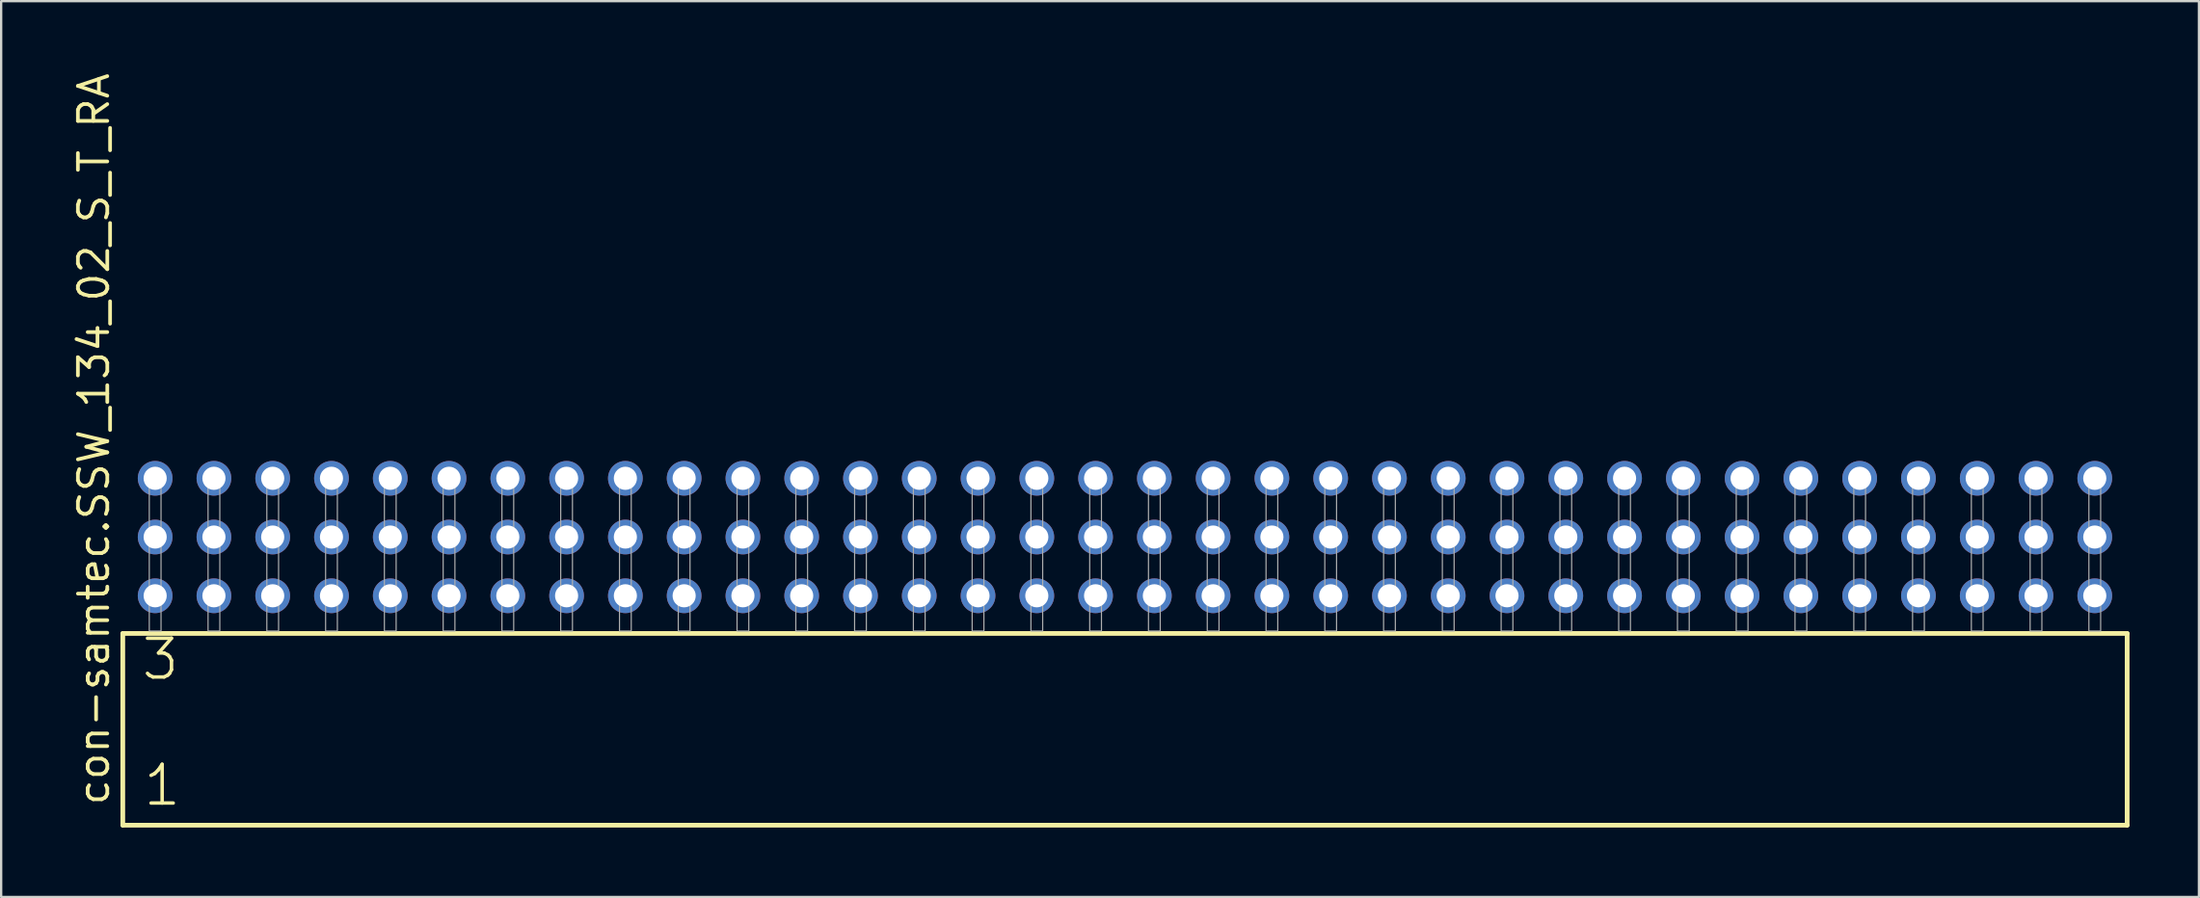
<source format=kicad_pcb>
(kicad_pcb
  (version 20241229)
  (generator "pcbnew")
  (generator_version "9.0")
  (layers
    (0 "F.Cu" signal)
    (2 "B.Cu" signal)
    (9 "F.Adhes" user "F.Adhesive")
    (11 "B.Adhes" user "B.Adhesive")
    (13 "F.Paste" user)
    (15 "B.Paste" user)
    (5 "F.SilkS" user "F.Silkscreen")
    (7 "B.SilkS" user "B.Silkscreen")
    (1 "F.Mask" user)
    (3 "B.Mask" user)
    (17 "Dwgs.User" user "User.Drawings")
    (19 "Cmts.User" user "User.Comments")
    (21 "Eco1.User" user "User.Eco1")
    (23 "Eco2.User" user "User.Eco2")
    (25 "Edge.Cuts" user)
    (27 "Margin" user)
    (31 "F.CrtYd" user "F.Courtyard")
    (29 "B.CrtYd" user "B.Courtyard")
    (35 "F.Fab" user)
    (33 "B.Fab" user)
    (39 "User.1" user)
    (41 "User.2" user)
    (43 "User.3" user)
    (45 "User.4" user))
  (footprint "con-samtec.SSW_134_02_S_T_RA"
    (layer "F.Cu")
    (at 45.565 24.235)
    (property "Reference" "con-samtec.SSW_134_02_S_T_RA" (at -43.815 7.62 90) (layer "F.SilkS") (effects (font (size 1.27 1.27) (thickness 0.16)) (justify left bottom)))
    (attr through_hole)
    (fp_line (start -43.309 0.106) (end -43.309 8.396) (stroke (width 0.203) (type default)) (layer "F.SilkS"))
    (fp_line (start -43.309 8.396) (end 43.309 8.396) (stroke (width 0.203) (type default)) (layer "F.SilkS"))
    (fp_line (start 43.309 0.106) (end -43.309 0.106) (stroke (width 0.203) (type default)) (layer "F.SilkS"))
    (fp_line (start 43.309 8.396) (end 43.309 0.106) (stroke (width 0.203) (type default)) (layer "F.SilkS"))
    (fp_rect (start -42.164 0) (end -41.656 -6.858) (stroke (width 0.05) (type default)) (fill no) (layer "F.Fab"))
    (fp_rect (start -39.624 0) (end -39.116 -6.858) (stroke (width 0.05) (type default)) (fill no) (layer "F.Fab"))
    (fp_rect (start -37.084 0) (end -36.576 -6.858) (stroke (width 0.05) (type default)) (fill no) (layer "F.Fab"))
    (fp_rect (start -34.544 0) (end -34.036 -6.858) (stroke (width 0.05) (type default)) (fill no) (layer "F.Fab"))
    (fp_rect (start -32.004 0) (end -31.496 -6.858) (stroke (width 0.05) (type default)) (fill no) (layer "F.Fab"))
    (fp_rect (start -29.464 0) (end -28.956 -6.858) (stroke (width 0.05) (type default)) (fill no) (layer "F.Fab"))
    (fp_rect (start -26.924 0) (end -26.416 -6.858) (stroke (width 0.05) (type default)) (fill no) (layer "F.Fab"))
    (fp_rect (start -24.384 0) (end -23.876 -6.858) (stroke (width 0.05) (type default)) (fill no) (layer "F.Fab"))
    (fp_rect (start -21.844 0) (end -21.336 -6.858) (stroke (width 0.05) (type default)) (fill no) (layer "F.Fab"))
    (fp_rect (start -19.304 0) (end -18.796 -6.858) (stroke (width 0.05) (type default)) (fill no) (layer "F.Fab"))
    (fp_rect (start -16.764 0) (end -16.256 -6.858) (stroke (width 0.05) (type default)) (fill no) (layer "F.Fab"))
    (fp_rect (start -14.224 0) (end -13.716 -6.858) (stroke (width 0.05) (type default)) (fill no) (layer "F.Fab"))
    (fp_rect (start -11.684 0) (end -11.176 -6.858) (stroke (width 0.05) (type default)) (fill no) (layer "F.Fab"))
    (fp_rect (start -9.144 0) (end -8.636 -6.858) (stroke (width 0.05) (type default)) (fill no) (layer "F.Fab"))
    (fp_rect (start -6.604 0) (end -6.096 -6.858) (stroke (width 0.05) (type default)) (fill no) (layer "F.Fab"))
    (fp_rect (start -4.064 0) (end -3.556 -6.858) (stroke (width 0.05) (type default)) (fill no) (layer "F.Fab"))
    (fp_rect (start -1.524 0) (end -1.016 -6.858) (stroke (width 0.05) (type default)) (fill no) (layer "F.Fab"))
    (fp_rect (start 1.016 0) (end 1.524 -6.858) (stroke (width 0.05) (type default)) (fill no) (layer "F.Fab"))
    (fp_rect (start 3.556 0) (end 4.064 -6.858) (stroke (width 0.05) (type default)) (fill no) (layer "F.Fab"))
    (fp_rect (start 6.096 0) (end 6.604 -6.858) (stroke (width 0.05) (type default)) (fill no) (layer "F.Fab"))
    (fp_rect (start 8.636 0) (end 9.144 -6.858) (stroke (width 0.05) (type default)) (fill no) (layer "F.Fab"))
    (fp_rect (start 11.176 0) (end 11.684 -6.858) (stroke (width 0.05) (type default)) (fill no) (layer "F.Fab"))
    (fp_rect (start 13.716 0) (end 14.224 -6.858) (stroke (width 0.05) (type default)) (fill no) (layer "F.Fab"))
    (fp_rect (start 16.256 0) (end 16.764 -6.858) (stroke (width 0.05) (type default)) (fill no) (layer "F.Fab"))
    (fp_rect (start 18.796 0) (end 19.304 -6.858) (stroke (width 0.05) (type default)) (fill no) (layer "F.Fab"))
    (fp_rect (start 21.336 0) (end 21.844 -6.858) (stroke (width 0.05) (type default)) (fill no) (layer "F.Fab"))
    (fp_rect (start 23.876 0) (end 24.384 -6.858) (stroke (width 0.05) (type default)) (fill no) (layer "F.Fab"))
    (fp_rect (start 26.416 0) (end 26.924 -6.858) (stroke (width 0.05) (type default)) (fill no) (layer "F.Fab"))
    (fp_rect (start 28.956 0) (end 29.464 -6.858) (stroke (width 0.05) (type default)) (fill no) (layer "F.Fab"))
    (fp_rect (start 31.496 0) (end 32.004 -6.858) (stroke (width 0.05) (type default)) (fill no) (layer "F.Fab"))
    (fp_rect (start 34.036 0) (end 34.544 -6.858) (stroke (width 0.05) (type default)) (fill no) (layer "F.Fab"))
    (fp_rect (start 36.576 0) (end 37.084 -6.858) (stroke (width 0.05) (type default)) (fill no) (layer "F.Fab"))
    (fp_rect (start 39.116 0) (end 39.624 -6.858) (stroke (width 0.05) (type default)) (fill no) (layer "F.Fab"))
    (fp_rect (start 41.656 0) (end 42.164 -6.858) (stroke (width 0.05) (type default)) (fill no) (layer "F.Fab"))
    (fp_text user "1" (at -42.505 7.65 0) (layer "F.SilkS") (effects (font (size 1.676 1.676) (thickness 0.15)) (justify left bottom)))
    (fp_text user "3" (at -42.58 2.2 0) (layer "F.SilkS") (effects (font (size 1.676 1.676) (thickness 0.15)) (justify left bottom)))
    (pad "1" thru_hole circle (at -41.91 -1.524) (size 1.5 1.5) (drill 1) (layers "*.Cu" "*.Mask"))
    (pad "2" thru_hole circle (at -41.91 -4.064) (size 1.5 1.5) (drill 1) (layers "*.Cu" "*.Mask"))
    (pad "3" thru_hole circle (at -41.91 -6.604) (size 1.5 1.5) (drill 1) (layers "*.Cu" "*.Mask"))
    (pad "4" thru_hole circle (at -39.37 -1.524) (size 1.5 1.5) (drill 1) (layers "*.Cu" "*.Mask"))
    (pad "5" thru_hole circle (at -39.37 -4.064) (size 1.5 1.5) (drill 1) (layers "*.Cu" "*.Mask"))
    (pad "6" thru_hole circle (at -39.37 -6.604) (size 1.5 1.5) (drill 1) (layers "*.Cu" "*.Mask"))
    (pad "7" thru_hole circle (at -36.83 -1.524) (size 1.5 1.5) (drill 1) (layers "*.Cu" "*.Mask"))
    (pad "8" thru_hole circle (at -36.83 -4.064) (size 1.5 1.5) (drill 1) (layers "*.Cu" "*.Mask"))
    (pad "9" thru_hole circle (at -36.83 -6.604) (size 1.5 1.5) (drill 1) (layers "*.Cu" "*.Mask"))
    (pad "10" thru_hole circle (at -34.29 -1.524) (size 1.5 1.5) (drill 1) (layers "*.Cu" "*.Mask"))
    (pad "11" thru_hole circle (at -34.29 -4.064) (size 1.5 1.5) (drill 1) (layers "*.Cu" "*.Mask"))
    (pad "12" thru_hole circle (at -34.29 -6.604) (size 1.5 1.5) (drill 1) (layers "*.Cu" "*.Mask"))
    (pad "13" thru_hole circle (at -31.75 -1.524) (size 1.5 1.5) (drill 1) (layers "*.Cu" "*.Mask"))
    (pad "14" thru_hole circle (at -31.75 -4.064) (size 1.5 1.5) (drill 1) (layers "*.Cu" "*.Mask"))
    (pad "15" thru_hole circle (at -31.75 -6.604) (size 1.5 1.5) (drill 1) (layers "*.Cu" "*.Mask"))
    (pad "16" thru_hole circle (at -29.21 -1.524) (size 1.5 1.5) (drill 1) (layers "*.Cu" "*.Mask"))
    (pad "17" thru_hole circle (at -29.21 -4.064) (size 1.5 1.5) (drill 1) (layers "*.Cu" "*.Mask"))
    (pad "18" thru_hole circle (at -29.21 -6.604) (size 1.5 1.5) (drill 1) (layers "*.Cu" "*.Mask"))
    (pad "19" thru_hole circle (at -26.67 -1.524) (size 1.5 1.5) (drill 1) (layers "*.Cu" "*.Mask"))
    (pad "20" thru_hole circle (at -26.67 -4.064) (size 1.5 1.5) (drill 1) (layers "*.Cu" "*.Mask"))
    (pad "21" thru_hole circle (at -26.67 -6.604) (size 1.5 1.5) (drill 1) (layers "*.Cu" "*.Mask"))
    (pad "22" thru_hole circle (at -24.13 -1.524) (size 1.5 1.5) (drill 1) (layers "*.Cu" "*.Mask"))
    (pad "23" thru_hole circle (at -24.13 -4.064) (size 1.5 1.5) (drill 1) (layers "*.Cu" "*.Mask"))
    (pad "24" thru_hole circle (at -24.13 -6.604) (size 1.5 1.5) (drill 1) (layers "*.Cu" "*.Mask"))
    (pad "25" thru_hole circle (at -21.59 -1.524) (size 1.5 1.5) (drill 1) (layers "*.Cu" "*.Mask"))
    (pad "26" thru_hole circle (at -21.59 -4.064) (size 1.5 1.5) (drill 1) (layers "*.Cu" "*.Mask"))
    (pad "27" thru_hole circle (at -21.59 -6.604) (size 1.5 1.5) (drill 1) (layers "*.Cu" "*.Mask"))
    (pad "28" thru_hole circle (at -19.05 -1.524) (size 1.5 1.5) (drill 1) (layers "*.Cu" "*.Mask"))
    (pad "29" thru_hole circle (at -19.05 -4.064) (size 1.5 1.5) (drill 1) (layers "*.Cu" "*.Mask"))
    (pad "30" thru_hole circle (at -19.05 -6.604) (size 1.5 1.5) (drill 1) (layers "*.Cu" "*.Mask"))
    (pad "31" thru_hole circle (at -16.51 -1.524) (size 1.5 1.5) (drill 1) (layers "*.Cu" "*.Mask"))
    (pad "32" thru_hole circle (at -16.51 -4.064) (size 1.5 1.5) (drill 1) (layers "*.Cu" "*.Mask"))
    (pad "33" thru_hole circle (at -16.51 -6.604) (size 1.5 1.5) (drill 1) (layers "*.Cu" "*.Mask"))
    (pad "34" thru_hole circle (at -13.97 -1.524) (size 1.5 1.5) (drill 1) (layers "*.Cu" "*.Mask"))
    (pad "35" thru_hole circle (at -13.97 -4.064) (size 1.5 1.5) (drill 1) (layers "*.Cu" "*.Mask"))
    (pad "36" thru_hole circle (at -13.97 -6.604) (size 1.5 1.5) (drill 1) (layers "*.Cu" "*.Mask"))
    (pad "37" thru_hole circle (at -11.43 -1.524) (size 1.5 1.5) (drill 1) (layers "*.Cu" "*.Mask"))
    (pad "38" thru_hole circle (at -11.43 -4.064) (size 1.5 1.5) (drill 1) (layers "*.Cu" "*.Mask"))
    (pad "39" thru_hole circle (at -11.43 -6.604) (size 1.5 1.5) (drill 1) (layers "*.Cu" "*.Mask"))
    (pad "40" thru_hole circle (at -8.89 -1.524) (size 1.5 1.5) (drill 1) (layers "*.Cu" "*.Mask"))
    (pad "41" thru_hole circle (at -8.89 -4.064) (size 1.5 1.5) (drill 1) (layers "*.Cu" "*.Mask"))
    (pad "42" thru_hole circle (at -8.89 -6.604) (size 1.5 1.5) (drill 1) (layers "*.Cu" "*.Mask"))
    (pad "43" thru_hole circle (at -6.35 -1.524) (size 1.5 1.5) (drill 1) (layers "*.Cu" "*.Mask"))
    (pad "44" thru_hole circle (at -6.35 -4.064) (size 1.5 1.5) (drill 1) (layers "*.Cu" "*.Mask"))
    (pad "45" thru_hole circle (at -6.35 -6.604) (size 1.5 1.5) (drill 1) (layers "*.Cu" "*.Mask"))
    (pad "46" thru_hole circle (at -3.81 -1.524) (size 1.5 1.5) (drill 1) (layers "*.Cu" "*.Mask"))
    (pad "47" thru_hole circle (at -3.81 -4.064) (size 1.5 1.5) (drill 1) (layers "*.Cu" "*.Mask"))
    (pad "48" thru_hole circle (at -3.81 -6.604) (size 1.5 1.5) (drill 1) (layers "*.Cu" "*.Mask"))
    (pad "49" thru_hole circle (at -1.27 -1.524) (size 1.5 1.5) (drill 1) (layers "*.Cu" "*.Mask"))
    (pad "50" thru_hole circle (at -1.27 -4.064) (size 1.5 1.5) (drill 1) (layers "*.Cu" "*.Mask"))
    (pad "51" thru_hole circle (at -1.27 -6.604) (size 1.5 1.5) (drill 1) (layers "*.Cu" "*.Mask"))
    (pad "52" thru_hole circle (at 1.27 -1.524) (size 1.5 1.5) (drill 1) (layers "*.Cu" "*.Mask"))
    (pad "53" thru_hole circle (at 1.27 -4.064) (size 1.5 1.5) (drill 1) (layers "*.Cu" "*.Mask"))
    (pad "54" thru_hole circle (at 1.27 -6.604) (size 1.5 1.5) (drill 1) (layers "*.Cu" "*.Mask"))
    (pad "55" thru_hole circle (at 3.81 -1.524) (size 1.5 1.5) (drill 1) (layers "*.Cu" "*.Mask"))
    (pad "56" thru_hole circle (at 3.81 -4.064) (size 1.5 1.5) (drill 1) (layers "*.Cu" "*.Mask"))
    (pad "57" thru_hole circle (at 3.81 -6.604) (size 1.5 1.5) (drill 1) (layers "*.Cu" "*.Mask"))
    (pad "58" thru_hole circle (at 6.35 -1.524) (size 1.5 1.5) (drill 1) (layers "*.Cu" "*.Mask"))
    (pad "59" thru_hole circle (at 6.35 -4.064) (size 1.5 1.5) (drill 1) (layers "*.Cu" "*.Mask"))
    (pad "60" thru_hole circle (at 6.35 -6.604) (size 1.5 1.5) (drill 1) (layers "*.Cu" "*.Mask"))
    (pad "61" thru_hole circle (at 8.89 -1.524) (size 1.5 1.5) (drill 1) (layers "*.Cu" "*.Mask"))
    (pad "62" thru_hole circle (at 8.89 -4.064) (size 1.5 1.5) (drill 1) (layers "*.Cu" "*.Mask"))
    (pad "63" thru_hole circle (at 8.89 -6.604) (size 1.5 1.5) (drill 1) (layers "*.Cu" "*.Mask"))
    (pad "64" thru_hole circle (at 11.43 -1.524) (size 1.5 1.5) (drill 1) (layers "*.Cu" "*.Mask"))
    (pad "65" thru_hole circle (at 11.43 -4.064) (size 1.5 1.5) (drill 1) (layers "*.Cu" "*.Mask"))
    (pad "66" thru_hole circle (at 11.43 -6.604) (size 1.5 1.5) (drill 1) (layers "*.Cu" "*.Mask"))
    (pad "67" thru_hole circle (at 13.97 -1.524) (size 1.5 1.5) (drill 1) (layers "*.Cu" "*.Mask"))
    (pad "68" thru_hole circle (at 13.97 -4.064) (size 1.5 1.5) (drill 1) (layers "*.Cu" "*.Mask"))
    (pad "69" thru_hole circle (at 13.97 -6.604) (size 1.5 1.5) (drill 1) (layers "*.Cu" "*.Mask"))
    (pad "70" thru_hole circle (at 16.51 -1.524) (size 1.5 1.5) (drill 1) (layers "*.Cu" "*.Mask"))
    (pad "71" thru_hole circle (at 16.51 -4.064) (size 1.5 1.5) (drill 1) (layers "*.Cu" "*.Mask"))
    (pad "72" thru_hole circle (at 16.51 -6.604) (size 1.5 1.5) (drill 1) (layers "*.Cu" "*.Mask"))
    (pad "73" thru_hole circle (at 19.05 -1.524) (size 1.5 1.5) (drill 1) (layers "*.Cu" "*.Mask"))
    (pad "74" thru_hole circle (at 19.05 -4.064) (size 1.5 1.5) (drill 1) (layers "*.Cu" "*.Mask"))
    (pad "75" thru_hole circle (at 19.05 -6.604) (size 1.5 1.5) (drill 1) (layers "*.Cu" "*.Mask"))
    (pad "76" thru_hole circle (at 21.59 -1.524) (size 1.5 1.5) (drill 1) (layers "*.Cu" "*.Mask"))
    (pad "77" thru_hole circle (at 21.59 -4.064) (size 1.5 1.5) (drill 1) (layers "*.Cu" "*.Mask"))
    (pad "78" thru_hole circle (at 21.59 -6.604) (size 1.5 1.5) (drill 1) (layers "*.Cu" "*.Mask"))
    (pad "79" thru_hole circle (at 24.13 -1.524) (size 1.5 1.5) (drill 1) (layers "*.Cu" "*.Mask"))
    (pad "80" thru_hole circle (at 24.13 -4.064) (size 1.5 1.5) (drill 1) (layers "*.Cu" "*.Mask"))
    (pad "81" thru_hole circle (at 24.13 -6.604) (size 1.5 1.5) (drill 1) (layers "*.Cu" "*.Mask"))
    (pad "82" thru_hole circle (at 26.67 -1.524) (size 1.5 1.5) (drill 1) (layers "*.Cu" "*.Mask"))
    (pad "83" thru_hole circle (at 26.67 -4.064) (size 1.5 1.5) (drill 1) (layers "*.Cu" "*.Mask"))
    (pad "84" thru_hole circle (at 26.67 -6.604) (size 1.5 1.5) (drill 1) (layers "*.Cu" "*.Mask"))
    (pad "85" thru_hole circle (at 29.21 -1.524) (size 1.5 1.5) (drill 1) (layers "*.Cu" "*.Mask"))
    (pad "86" thru_hole circle (at 29.21 -4.064) (size 1.5 1.5) (drill 1) (layers "*.Cu" "*.Mask"))
    (pad "87" thru_hole circle (at 29.21 -6.604) (size 1.5 1.5) (drill 1) (layers "*.Cu" "*.Mask"))
    (pad "88" thru_hole circle (at 31.75 -1.524) (size 1.5 1.5) (drill 1) (layers "*.Cu" "*.Mask"))
    (pad "89" thru_hole circle (at 31.75 -4.064) (size 1.5 1.5) (drill 1) (layers "*.Cu" "*.Mask"))
    (pad "90" thru_hole circle (at 31.75 -6.604) (size 1.5 1.5) (drill 1) (layers "*.Cu" "*.Mask"))
    (pad "91" thru_hole circle (at 34.29 -1.524) (size 1.5 1.5) (drill 1) (layers "*.Cu" "*.Mask"))
    (pad "92" thru_hole circle (at 34.29 -4.064) (size 1.5 1.5) (drill 1) (layers "*.Cu" "*.Mask"))
    (pad "93" thru_hole circle (at 34.29 -6.604) (size 1.5 1.5) (drill 1) (layers "*.Cu" "*.Mask"))
    (pad "94" thru_hole circle (at 36.83 -1.524) (size 1.5 1.5) (drill 1) (layers "*.Cu" "*.Mask"))
    (pad "95" thru_hole circle (at 36.83 -4.064) (size 1.5 1.5) (drill 1) (layers "*.Cu" "*.Mask"))
    (pad "96" thru_hole circle (at 36.83 -6.604) (size 1.5 1.5) (drill 1) (layers "*.Cu" "*.Mask"))
    (pad "97" thru_hole circle (at 39.37 -1.524) (size 1.5 1.5) (drill 1) (layers "*.Cu" "*.Mask"))
    (pad "98" thru_hole circle (at 39.37 -4.064) (size 1.5 1.5) (drill 1) (layers "*.Cu" "*.Mask"))
    (pad "99" thru_hole circle (at 39.37 -6.604) (size 1.5 1.5) (drill 1) (layers "*.Cu" "*.Mask"))
    (pad "100" thru_hole circle (at 41.91 -1.524) (size 1.5 1.5) (drill 1) (layers "*.Cu" "*.Mask"))
    (pad "101" thru_hole circle (at 41.91 -4.064) (size 1.5 1.5) (drill 1) (layers "*.Cu" "*.Mask"))
    (pad "102" thru_hole circle (at 41.91 -6.604) (size 1.5 1.5) (drill 1) (layers "*.Cu" "*.Mask")))
  (gr_rect
    (start -3 -3)
    (end 91.976 35.733)
    (stroke (width 0.1) (type default))
    (fill no)
    (layer "Edge.Cuts")))
</source>
